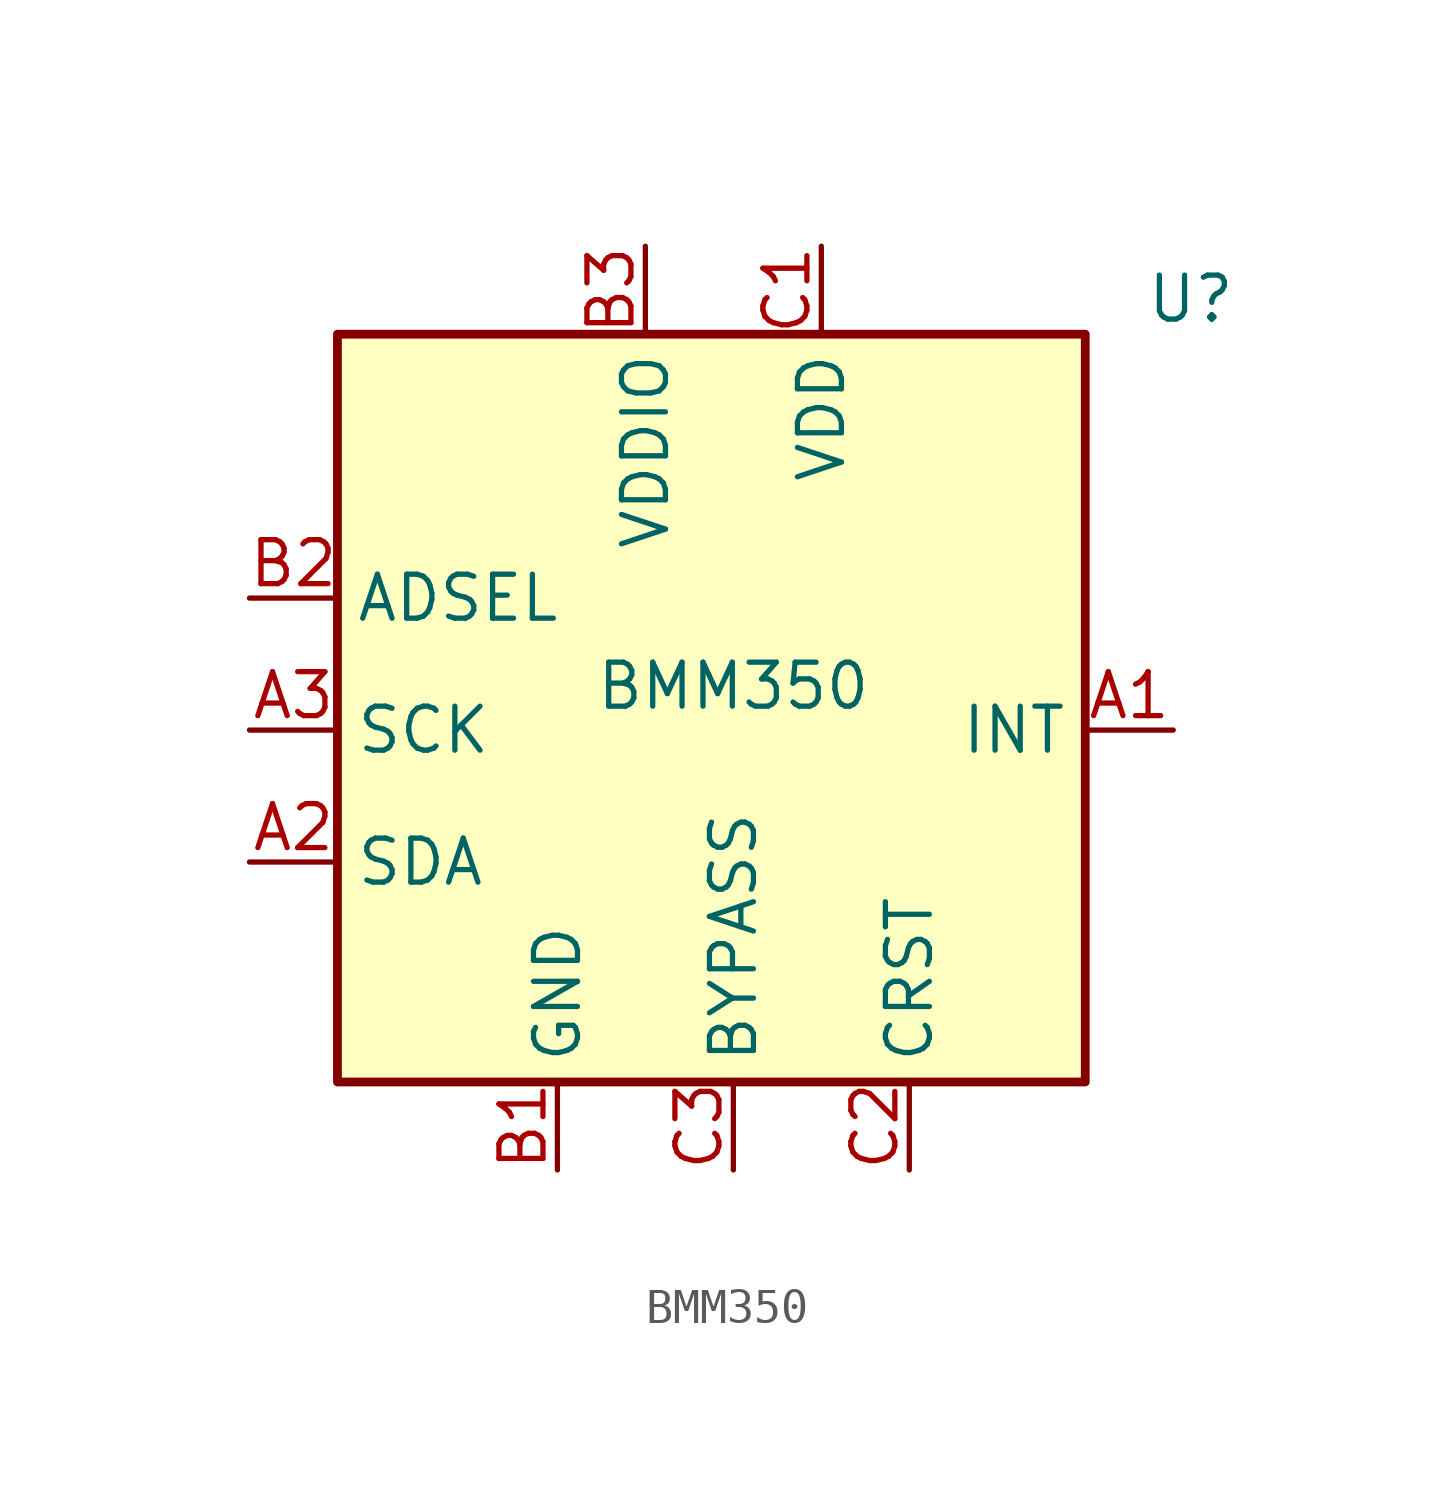
<source format=kicad_sym>
(kicad_symbol_lib
  (version 20241209)
  (generator "kicad_symbol_editor")
  (generator_version "9.0")
  (symbol "BMM350"
    (property "Reference" "U"
      (at 14.478 11.176 0)
      (effects (font (size 1.27 1.27))))
    (property "Value" "BMM350"
      (at 1.27 0 0)
      (effects (font (size 1.27 1.27))))
    (symbol "BMM350_1_1"
      (rectangle (start -10.16 10.16) (end 11.43 -11.43) (stroke (width 0.254) (type solid)) (fill (type background)))
      (pin input line (at -12.7 2.54 0) (length 2.54) (name "ADSEL" (effects (font (size 1.27 1.27)))) (number "B2" (effects (font (size 1.27 1.27)))))
      (pin input line (at -12.7 -1.27 0) (length 2.54) (name "SCK" (effects (font (size 1.27 1.27)))) (number "A3" (effects (font (size 1.27 1.27)))))
      (pin bidirectional line (at -12.7 -5.08 0) (length 2.54) (name "SDA" (effects (font (size 1.27 1.27)))) (number "A2" (effects (font (size 1.27 1.27)))))
      (pin power_in line (at -3.81 -13.97 90) (length 2.54) (name "GND" (effects (font (size 1.27 1.27)))) (number "B1" (effects (font (size 1.27 1.27)))))
      (pin power_in line (at -1.27 12.7 270) (length 2.54) (name "VDDIO" (effects (font (size 1.27 1.27)))) (number "B3" (effects (font (size 1.27 1.27)))))
      (pin passive line (at 1.27 -13.97 90) (length 2.54) (name "BYPASS" (effects (font (size 1.27 1.27)))) (number "C3" (effects (font (size 1.27 1.27)))))
      (pin power_in line (at 3.81 12.7 270) (length 2.54) (name "VDD" (effects (font (size 1.27 1.27)))) (number "C1" (effects (font (size 1.27 1.27)))))
      (pin passive line (at 6.35 -13.97 90) (length 2.54) (name "CRST" (effects (font (size 1.27 1.27)))) (number "C2" (effects (font (size 1.27 1.27)))))
      (pin output line (at 13.97 -1.27 180) (length 2.54) (name "INT" (effects (font (size 1.27 1.27)))) (number "A1" (effects (font (size 1.27 1.27))))))))
</source>
